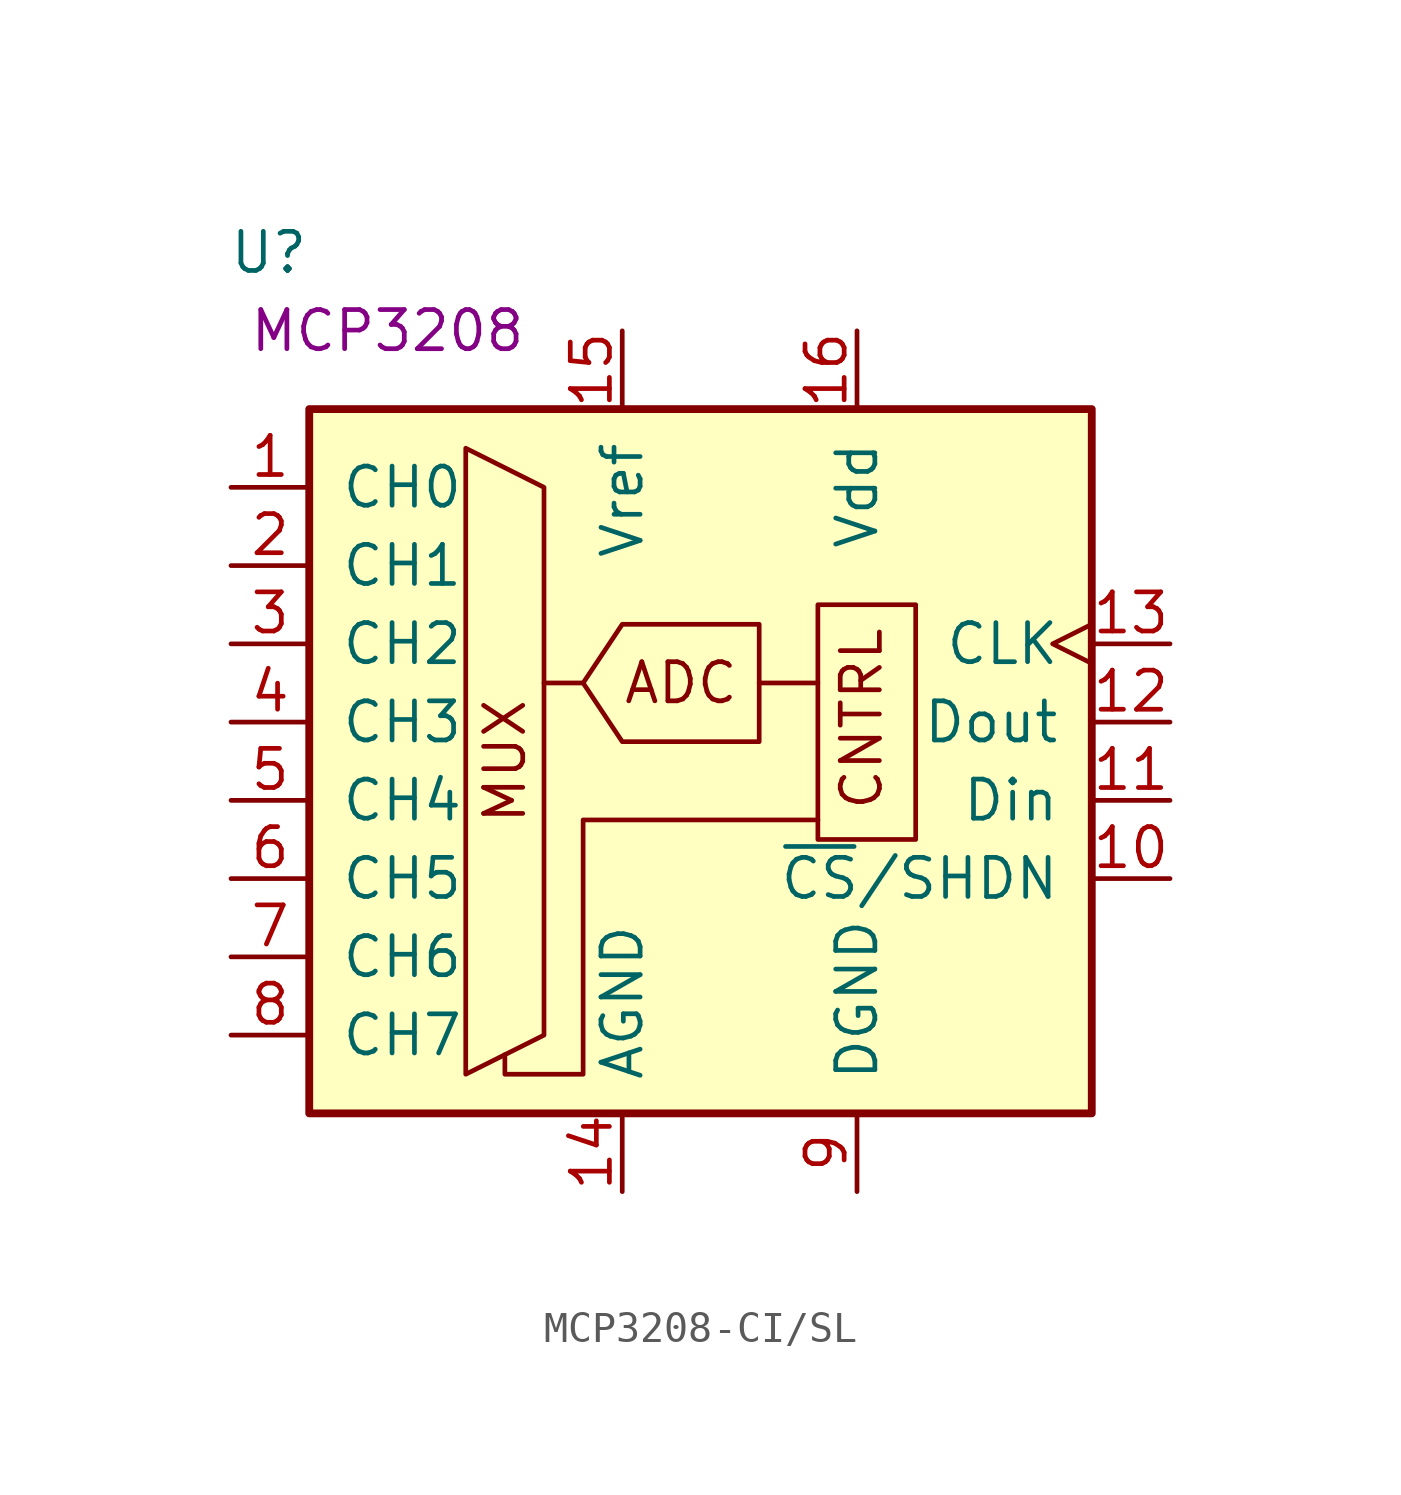
<source format=kicad_sym>
(kicad_symbol_lib
  (version 20220914)
  (generator kicad_symbol_editor)
  (symbol "MCP3208-CI/SL"
    (pin_names
      (offset 1.016))
    (property "Reference" "U"
      (at -12.7 15.24 0)
      (effects (font (size 1.27 1.27)) (justify right)))
    (property "UserValue" "MCP3208"
      (at -10.16 12.7 0)
      (effects (font (size 1.27 1.27))))
    (symbol "MCP3208-CI/SL_0_0"
      (text "ADC" (at -0.635 1.27 0) (effects (font (size 1.27 1.27))))
      (text "CNTRL" (at 5.969 -2.921 900) (effects (font (size 1.27 1.27)) (justify left bottom)))
      (text "MUX" (at -6.35 -1.27 900) (effects (font (size 1.27 1.27)))))
    (symbol "MCP3208-CI/SL_0_1"
      (polyline (pts (xy -3.81 1.27) (xy -5.08 1.27)) (stroke (width 0) (type default)) (fill (type none)))
      (polyline (pts (xy 1.905 1.27) (xy 3.81 1.27)) (stroke (width 0) (type default)) (fill (type none)))
      (polyline (pts (xy -7.62 8.89) (xy -7.62 -11.43) (xy -5.08 -10.16) (xy -5.08 7.62) (xy -7.62 8.89)) (stroke (width 0) (type default)) (fill (type none)))
      (polyline (pts (xy 3.81 -3.175) (xy -3.81 -3.175) (xy -3.81 -11.43) (xy -6.35 -11.43) (xy -6.35 -10.795)) (stroke (width 0) (type default)) (fill (type none)))
      (polyline (pts (xy 1.905 3.175) (xy 1.905 -0.635) (xy -2.54 -0.635) (xy -3.81 1.27) (xy -2.54 3.175) (xy 1.905 3.175)) (stroke (width 0) (type default)) (fill (type none)))
      (rectangle (start 3.81 -3.81) (end 6.985 3.81) (stroke (width 0) (type default)) (fill (type none)))
      (rectangle (start 12.7 -12.7) (end -12.7 10.16) (stroke (width 0.254) (type default)) (fill (type background))))
    (symbol "MCP3208-CI/SL_1_1"
      (pin input line (at -15.24 7.62 0) (length 2.54) (name "CH0" (effects (font (size 1.27 1.27)))) (number "1" (effects (font (size 1.27 1.27)))))
      (pin input line (at 15.24 -5.08 180) (length 2.54) (name "~{CS}/SHDN" (effects (font (size 1.27 1.27)))) (number "10" (effects (font (size 1.27 1.27)))))
      (pin input line (at 15.24 -2.54 180) (length 2.54) (name "Din" (effects (font (size 1.27 1.27)))) (number "11" (effects (font (size 1.27 1.27)))))
      (pin output line (at 15.24 0 180) (length 2.54) (name "Dout" (effects (font (size 1.27 1.27)))) (number "12" (effects (font (size 1.27 1.27)))))
      (pin input clock (at 15.24 2.54 180) (length 2.54) (name "CLK" (effects (font (size 1.27 1.27)))) (number "13" (effects (font (size 1.27 1.27)))))
      (pin power_in line (at -2.54 -15.24 90) (length 2.54) (name "AGND" (effects (font (size 1.27 1.27)))) (number "14" (effects (font (size 1.27 1.27)))))
      (pin power_in line (at -2.54 12.7 270) (length 2.54) (name "Vref" (effects (font (size 1.27 1.27)))) (number "15" (effects (font (size 1.27 1.27)))))
      (pin power_in line (at 5.08 12.7 270) (length 2.54) (name "Vdd" (effects (font (size 1.27 1.27)))) (number "16" (effects (font (size 1.27 1.27)))))
      (pin input line (at -15.24 5.08 0) (length 2.54) (name "CH1" (effects (font (size 1.27 1.27)))) (number "2" (effects (font (size 1.27 1.27)))))
      (pin input line (at -15.24 2.54 0) (length 2.54) (name "CH2" (effects (font (size 1.27 1.27)))) (number "3" (effects (font (size 1.27 1.27)))))
      (pin input line (at -15.24 0 0) (length 2.54) (name "CH3" (effects (font (size 1.27 1.27)))) (number "4" (effects (font (size 1.27 1.27)))))
      (pin input line (at -15.24 -2.54 0) (length 2.54) (name "CH4" (effects (font (size 1.27 1.27)))) (number "5" (effects (font (size 1.27 1.27)))))
      (pin input line (at -15.24 -5.08 0) (length 2.54) (name "CH5" (effects (font (size 1.27 1.27)))) (number "6" (effects (font (size 1.27 1.27)))))
      (pin input line (at -15.24 -7.62 0) (length 2.54) (name "CH6" (effects (font (size 1.27 1.27)))) (number "7" (effects (font (size 1.27 1.27)))))
      (pin input line (at -15.24 -10.16 0) (length 2.54) (name "CH7" (effects (font (size 1.27 1.27)))) (number "8" (effects (font (size 1.27 1.27)))))
      (pin power_in line (at 5.08 -15.24 90) (length 2.54) (name "DGND" (effects (font (size 1.27 1.27)))) (number "9" (effects (font (size 1.27 1.27))))))))
</source>
